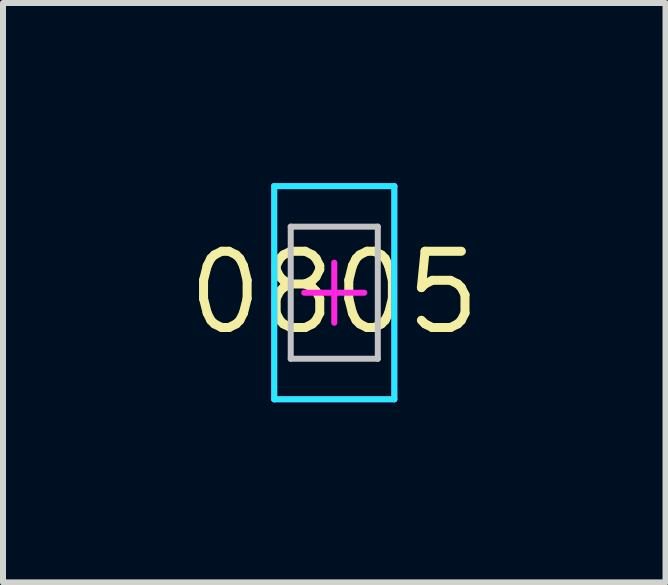
<source format=kicad_pcb>
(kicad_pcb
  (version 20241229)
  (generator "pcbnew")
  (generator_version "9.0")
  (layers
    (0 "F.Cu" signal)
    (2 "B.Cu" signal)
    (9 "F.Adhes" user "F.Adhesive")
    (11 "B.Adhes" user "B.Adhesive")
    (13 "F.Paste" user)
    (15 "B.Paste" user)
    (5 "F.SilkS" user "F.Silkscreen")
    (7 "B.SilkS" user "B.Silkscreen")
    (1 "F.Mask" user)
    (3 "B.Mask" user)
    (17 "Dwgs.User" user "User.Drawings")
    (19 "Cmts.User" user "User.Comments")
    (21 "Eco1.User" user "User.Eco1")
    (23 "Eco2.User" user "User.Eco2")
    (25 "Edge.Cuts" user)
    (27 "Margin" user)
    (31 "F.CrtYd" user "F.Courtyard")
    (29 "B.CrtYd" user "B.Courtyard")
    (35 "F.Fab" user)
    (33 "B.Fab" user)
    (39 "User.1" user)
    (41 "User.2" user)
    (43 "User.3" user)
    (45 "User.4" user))
  (footprint "0805"
    (layer "F.Cu")
    (at 2.517 1.825)
    (property "Reference" "0805" (at 0 0 0) (layer "F.SilkS") (effects (font (size 1.27 1.27) (thickness 0.15))))
    (attr through_hole)
    (fp_line (start -0.725 -1.1) (end 0.725 -1.1) (stroke (width 0.1) (type solid)) (layer "Dwgs.User"))
    (fp_line (start -0.725 1.1) (end -0.725 -1.1) (stroke (width 0.1) (type solid)) (layer "Dwgs.User"))
    (fp_line (start -0.725 1.1) (end 0.725 1.1) (stroke (width 0.1) (type solid)) (layer "Dwgs.User"))
    (fp_line (start 0.725 1.1) (end 0.725 -1.1) (stroke (width 0.1) (type solid)) (layer "Dwgs.User"))
    (fp_line (start -1 -1.775) (end 1 -1.775) (stroke (width 0.1) (type solid)) (layer "B.CrtYd"))
    (fp_line (start -1 1.775) (end -1 -1.775) (stroke (width 0.1) (type solid)) (layer "B.CrtYd"))
    (fp_line (start -1 1.775) (end 1 1.775) (stroke (width 0.1) (type solid)) (layer "B.CrtYd"))
    (fp_line (start 1 1.775) (end 1 -1.775) (stroke (width 0.1) (type solid)) (layer "B.CrtYd"))
    (fp_line (start -1 -1.775) (end 1 -1.775) (stroke (width 0.1) (type solid)) (layer "F.CrtYd"))
    (fp_line (start -1 1.775) (end -1 -1.775) (stroke (width 0.1) (type solid)) (layer "F.CrtYd"))
    (fp_line (start -1 1.775) (end 1 1.775) (stroke (width 0.1) (type solid)) (layer "F.CrtYd"))
    (fp_line (start -0.5 0) (end 0.5 0) (stroke (width 0.1) (type solid)) (layer "F.CrtYd"))
    (fp_line (start 0 0.5) (end 0 -0.5) (stroke (width 0.1) (type solid)) (layer "F.CrtYd"))
    (fp_line (start 1 1.775) (end 1 -1.775) (stroke (width 0.1) (type solid)) (layer "F.CrtYd")))
  (gr_rect
    (start -3 -3)
    (end 8.034 6.65)
    (stroke (width 0.1) (type default))
    (fill no)
    (layer "Edge.Cuts")))
</source>
